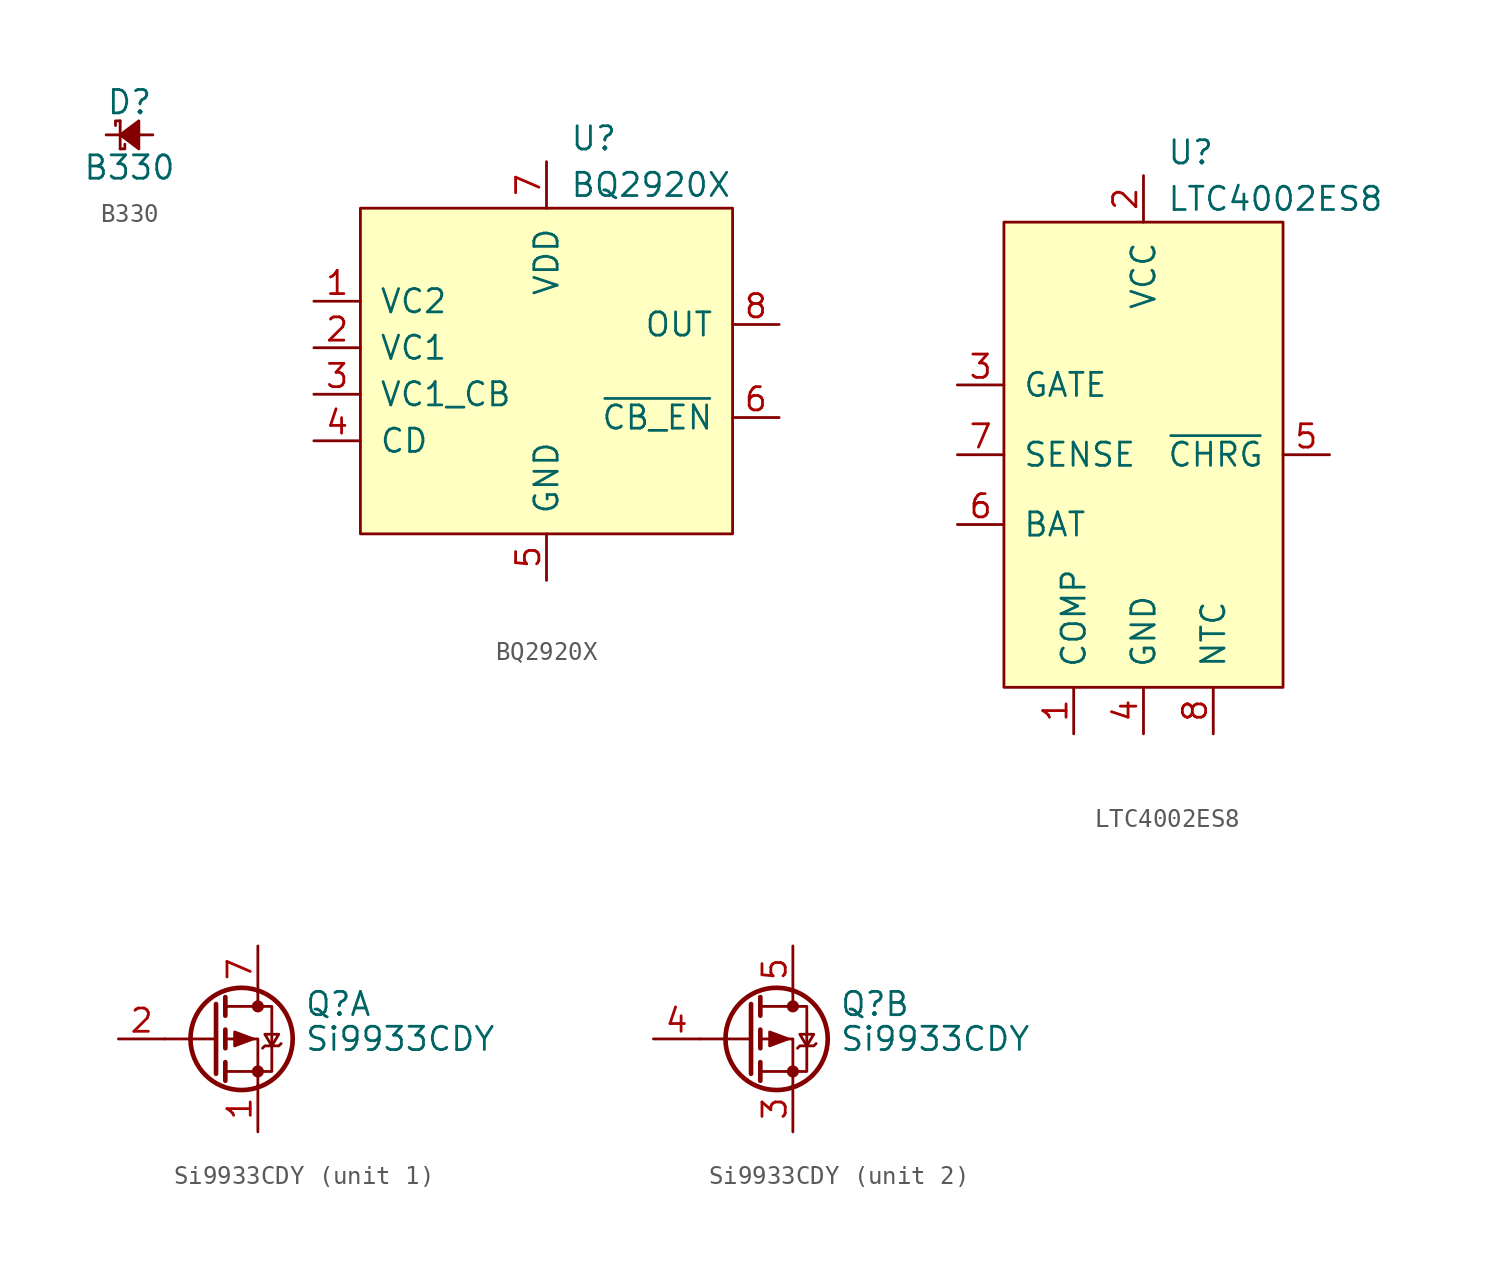
<source format=kicad_sym>
(kicad_symbol_lib
  (version 20211014)
  (generator kicad_symbol_editor)
  (symbol "B330"
    (pin_numbers hide)
    (pin_names
      (offset 1.016) hide)
    (property "Reference" "D"
      (at 1.27 1.778 0)
      (effects (font (size 1.27 1.27))))
    (property "Value" "B330"
      (at 1.27 -1.778 0)
      (effects (font (size 1.27 1.27))))
    (symbol "B330_0_1"
      (polyline (pts (xy 0.762 0.762) (xy 0.762 -0.762)) (stroke (width 0) (type default) (color 0 0 0 0)) (fill (type none)))
      (polyline (pts (xy 0.762 -0.762) (xy 1.016 -0.762) (xy 1.016 -0.508)) (stroke (width 0) (type default) (color 0 0 0 0)) (fill (type none)))
      (polyline (pts (xy 0.762 0.762) (xy 0.508 0.762) (xy 0.508 0.508)) (stroke (width 0) (type default) (color 0 0 0 0)) (fill (type none)))
      (polyline (pts (xy 1.778 0.762) (xy 0.762 0) (xy 1.778 -0.762) (xy 1.778 0.762)) (stroke (width 0) (type default) (color 0 0 0 0)) (fill (type outline))))
    (symbol "B330_1_1"
      (pin passive line (at 0 0 0) (length 0.762) (name "~" (effects (font (size 1.27 1.27)))) (number "1" (effects (font (size 1.27 1.27)))))
      (pin passive line (at 2.54 0 180) (length 0.762) (name "~" (effects (font (size 1.27 1.27)))) (number "2" (effects (font (size 1.27 1.27)))))))
  (symbol "BQ2920X"
    (pin_names
      (offset 1.016))
    (property "Reference" "U"
      (at 1.27 12.7 0)
      (effects (font (size 1.27 1.27)) (justify left)))
    (property "Value" "BQ2920X"
      (at 1.27 10.16 0)
      (effects (font (size 1.27 1.27)) (justify left)))
    (symbol "BQ2920X_0_0"
      (pin input line (at -12.7 3.81 0) (length 2.54) (name "VC2" (effects (font (size 1.27 1.27)))) (number "1" (effects (font (size 1.27 1.27)))))
      (pin input line (at -12.7 1.27 0) (length 2.54) (name "VC1" (effects (font (size 1.27 1.27)))) (number "2" (effects (font (size 1.27 1.27)))))
      (pin input line (at -12.7 -1.27 0) (length 2.54) (name "VC1_CB" (effects (font (size 1.27 1.27)))) (number "3" (effects (font (size 1.27 1.27)))))
      (pin input line (at -12.7 -3.81 0) (length 2.54) (name "CD" (effects (font (size 1.27 1.27)))) (number "4" (effects (font (size 1.27 1.27)))))
      (pin power_in line (at 0 -11.43 90) (length 2.54) (name "GND" (effects (font (size 1.27 1.27)))) (number "5" (effects (font (size 1.27 1.27)))))
      (pin input line (at 12.7 -2.54 180) (length 2.54) (name "~{CB_EN}" (effects (font (size 1.27 1.27)))) (number "6" (effects (font (size 1.27 1.27)))))
      (pin power_in line (at 0 11.43 270) (length 2.54) (name "VDD" (effects (font (size 1.27 1.27)))) (number "7" (effects (font (size 1.27 1.27)))))
      (pin power_out line (at 12.7 2.54 180) (length 2.54) (name "OUT" (effects (font (size 1.27 1.27)))) (number "8" (effects (font (size 1.27 1.27))))))
    (symbol "BQ2920X_0_1"
      (rectangle (start -10.16 8.89) (end 10.16 -8.89) (stroke (width 0) (type default) (color 0 0 0 0)) (fill (type background)))))
  (symbol "LTC4002ES8"
    (pin_names
      (offset 1.016))
    (property "Reference" "U"
      (at 1.27 16.51 0)
      (effects (font (size 1.27 1.27)) (justify left)))
    (property "Value" "LTC4002ES8"
      (at 1.27 13.97 0)
      (effects (font (size 1.27 1.27)) (justify left)))
    (symbol "LTC4002ES8_0_0"
      (pin input line (at -3.81 -15.24 90) (length 2.54) (name "COMP" (effects (font (size 1.27 1.27)))) (number "1" (effects (font (size 1.27 1.27)))))
      (pin power_in line (at 0 15.24 270) (length 2.54) (name "VCC" (effects (font (size 1.27 1.27)))) (number "2" (effects (font (size 1.27 1.27)))))
      (pin output line (at -10.16 3.81 0) (length 2.54) (name "GATE" (effects (font (size 1.27 1.27)))) (number "3" (effects (font (size 1.27 1.27)))))
      (pin power_in line (at 0 -15.24 90) (length 2.54) (name "GND" (effects (font (size 1.27 1.27)))) (number "4" (effects (font (size 1.27 1.27)))))
      (pin output line (at 10.16 0 180) (length 2.54) (name "~{CHRG}" (effects (font (size 1.27 1.27)))) (number "5" (effects (font (size 1.27 1.27)))))
      (pin input line (at -10.16 -3.81 0) (length 2.54) (name "BAT" (effects (font (size 1.27 1.27)))) (number "6" (effects (font (size 1.27 1.27)))))
      (pin input line (at -10.16 0 0) (length 2.54) (name "SENSE" (effects (font (size 1.27 1.27)))) (number "7" (effects (font (size 1.27 1.27)))))
      (pin input line (at 3.81 -15.24 90) (length 2.54) (name "NTC" (effects (font (size 1.27 1.27)))) (number "8" (effects (font (size 1.27 1.27))))))
    (symbol "LTC4002ES8_0_1"
      (rectangle (start -7.62 12.7) (end 7.62 -12.7) (stroke (width 0) (type default) (color 0 0 0 0)) (fill (type background)))))
  (symbol "Si9933CDY"
    (pin_names hide)
    (property "Reference" "Q"
      (at 5.08 1.905 0)
      (effects (font (size 1.27 1.27)) (justify left)))
    (property "Value" "Si9933CDY"
      (at 5.08 0 0)
      (effects (font (size 1.27 1.27)) (justify left)))
    (symbol "Si9933CDY_0_1"
      (polyline (pts (xy 0.254 0) (xy -2.54 0)) (stroke (width 0) (type default) (color 0 0 0 0)) (fill (type none)))
      (polyline (pts (xy 0.254 1.905) (xy 0.254 -1.905)) (stroke (width 0.254) (type default) (color 0 0 0 0)) (fill (type none)))
      (polyline (pts (xy 0.762 -1.27) (xy 0.762 -2.286)) (stroke (width 0.254) (type default) (color 0 0 0 0)) (fill (type none)))
      (polyline (pts (xy 0.762 0.508) (xy 0.762 -0.508)) (stroke (width 0.254) (type default) (color 0 0 0 0)) (fill (type none)))
      (polyline (pts (xy 0.762 2.286) (xy 0.762 1.27)) (stroke (width 0.254) (type default) (color 0 0 0 0)) (fill (type none)))
      (polyline (pts (xy 2.54 2.54) (xy 2.54 1.778)) (stroke (width 0) (type default) (color 0 0 0 0)) (fill (type none)))
      (polyline (pts (xy 2.54 -2.54) (xy 2.54 0) (xy 0.762 0)) (stroke (width 0) (type default) (color 0 0 0 0)) (fill (type none)))
      (polyline (pts (xy 0.762 1.778) (xy 3.302 1.778) (xy 3.302 -1.778) (xy 0.762 -1.778)) (stroke (width 0) (type default) (color 0 0 0 0)) (fill (type none)))
      (polyline (pts (xy 2.286 0) (xy 1.27 0.381) (xy 1.27 -0.381) (xy 2.286 0)) (stroke (width 0) (type default) (color 0 0 0 0)) (fill (type outline)))
      (polyline (pts (xy 2.794 -0.508) (xy 2.921 -0.381) (xy 3.683 -0.381) (xy 3.81 -0.254)) (stroke (width 0) (type default) (color 0 0 0 0)) (fill (type none)))
      (polyline (pts (xy 3.302 -0.381) (xy 2.921 0.254) (xy 3.683 0.254) (xy 3.302 -0.381)) (stroke (width 0) (type default) (color 0 0 0 0)) (fill (type none)))
      (circle (center 1.651 0) (radius 2.794) (stroke (width 0.254) (type default) (color 0 0 0 0)) (fill (type none)))
      (circle (center 2.54 -1.778) (radius 0.254) (stroke (width 0) (type default) (color 0 0 0 0)) (fill (type outline)))
      (circle (center 2.54 1.778) (radius 0.254) (stroke (width 0) (type default) (color 0 0 0 0)) (fill (type outline))))
    (symbol "Si9933CDY_1_0"
      (pin passive line (at 2.54 5.08 270) (length 2.54) hide (name "D1" (effects (font (size 1.27 1.27)))) (number "8" (effects (font (size 1.27 1.27))))))
    (symbol "Si9933CDY_1_1"
      (pin passive line (at 2.54 -5.08 90) (length 2.54) (name "S1" (effects (font (size 1.27 1.27)))) (number "1" (effects (font (size 1.27 1.27)))))
      (pin passive line (at -5.08 0 0) (length 2.54) (name "G1" (effects (font (size 1.27 1.27)))) (number "2" (effects (font (size 1.27 1.27)))))
      (pin passive line (at 2.54 5.08 270) (length 2.54) (name "D1" (effects (font (size 1.27 1.27)))) (number "7" (effects (font (size 1.27 1.27))))))
    (symbol "Si9933CDY_2_0"
      (pin passive line (at 2.54 5.08 270) (length 2.54) hide (name "D2" (effects (font (size 1.27 1.27)))) (number "6" (effects (font (size 1.27 1.27))))))
    (symbol "Si9933CDY_2_1"
      (pin passive line (at 2.54 -5.08 90) (length 2.54) (name "S2" (effects (font (size 1.27 1.27)))) (number "3" (effects (font (size 1.27 1.27)))))
      (pin passive line (at -5.08 0 0) (length 2.54) (name "G2" (effects (font (size 1.27 1.27)))) (number "4" (effects (font (size 1.27 1.27)))))
      (pin passive line (at 2.54 5.08 270) (length 2.54) (name "D2" (effects (font (size 1.27 1.27)))) (number "5" (effects (font (size 1.27 1.27))))))))
</source>
